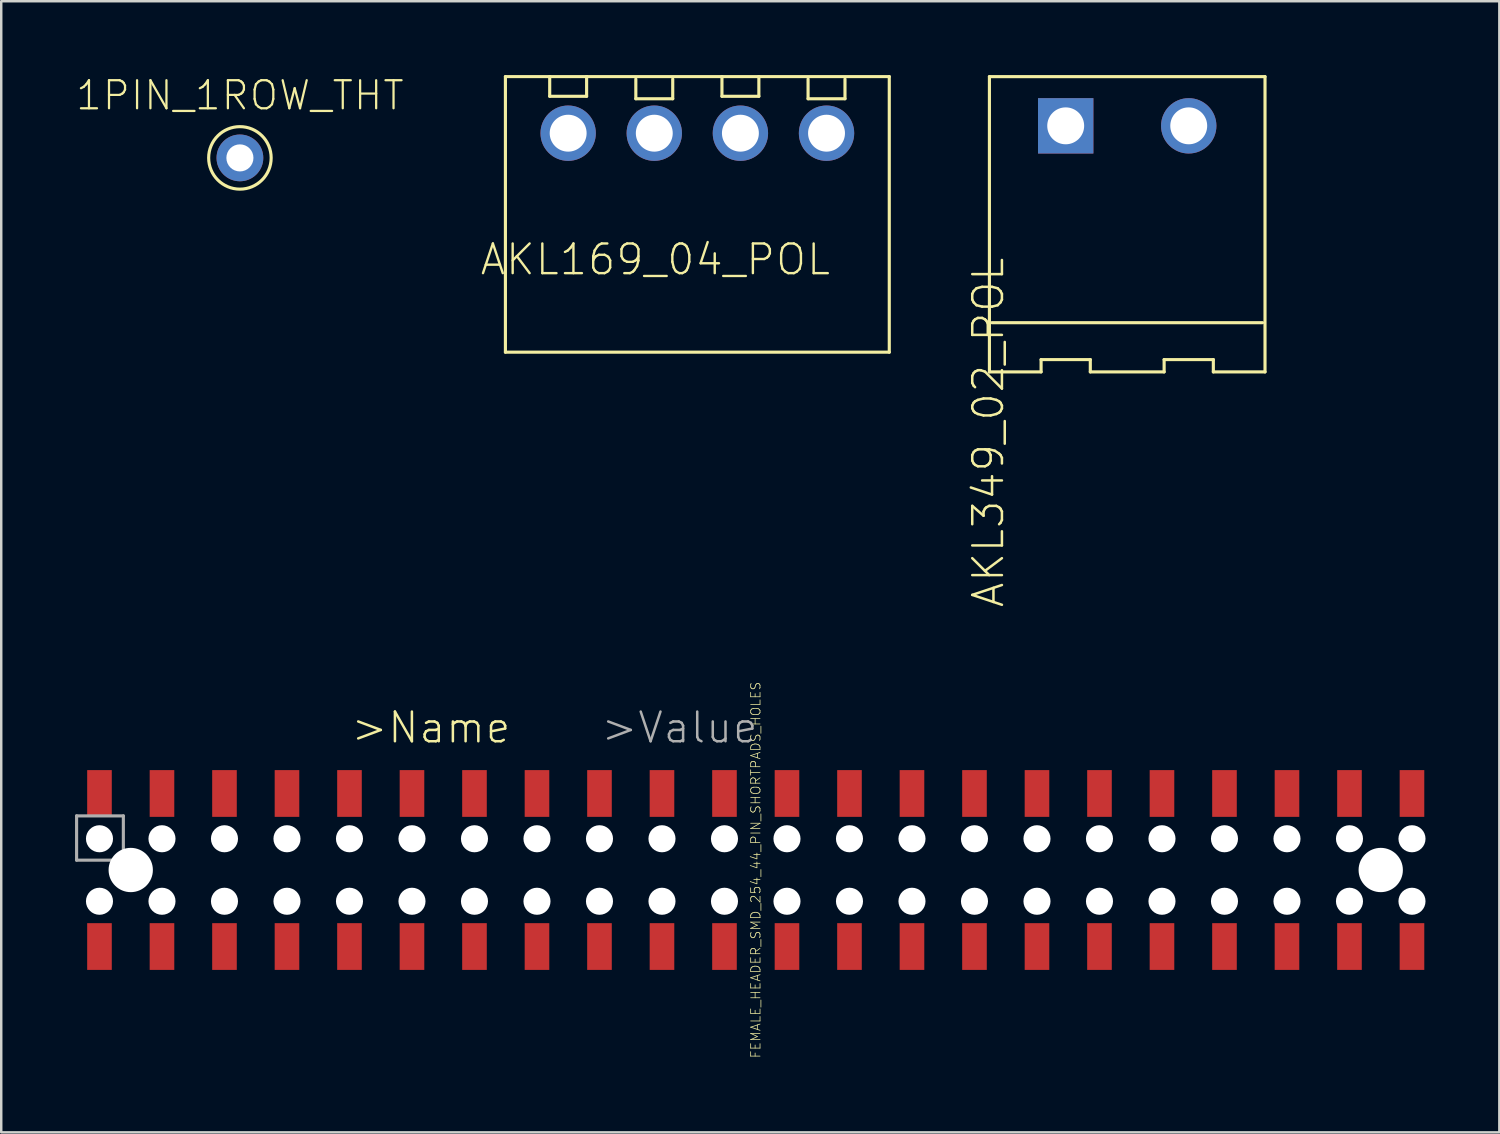
<source format=kicad_pcb>
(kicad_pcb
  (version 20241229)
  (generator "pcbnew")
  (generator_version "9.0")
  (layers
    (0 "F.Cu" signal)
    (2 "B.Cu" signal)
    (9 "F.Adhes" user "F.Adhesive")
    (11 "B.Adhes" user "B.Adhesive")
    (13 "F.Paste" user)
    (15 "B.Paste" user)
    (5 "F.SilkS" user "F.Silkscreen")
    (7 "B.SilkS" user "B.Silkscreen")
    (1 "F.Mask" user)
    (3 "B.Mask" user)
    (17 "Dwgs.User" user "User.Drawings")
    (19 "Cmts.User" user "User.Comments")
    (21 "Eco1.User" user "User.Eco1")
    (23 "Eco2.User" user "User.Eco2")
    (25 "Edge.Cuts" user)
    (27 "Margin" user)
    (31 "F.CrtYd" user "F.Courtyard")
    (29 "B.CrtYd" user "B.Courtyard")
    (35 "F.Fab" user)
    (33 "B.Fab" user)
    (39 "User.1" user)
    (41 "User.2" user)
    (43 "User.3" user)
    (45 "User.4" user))
  (footprint "1PIN_1ROW_THT"
    (layer "F.Cu")
    (at 6.7 3.367)
    (property "Reference" "1PIN_1ROW_THT" (at 0 -2.54 0) (layer "F.SilkS") (effects (font (size 1.14 1.14) (thickness 0.091))))
    (attr through_hole)
    (fp_circle (center 0 0) (end 1.27 0) (stroke (width 0.127) (type solid)) (fill no) (layer "F.SilkS"))
    (pad "1" thru_hole circle (at 0 0 180) (size 1.9 1.9) (drill 1.1) (layers "*.Cu" "*.Mask")))
  (footprint "AKL169_04_POL"
    (layer "F.Cu")
    (at 25.29 5.663)
    (property "Reference" "AKL169_04_POL" (at -8.89 2.54 0) (layer "F.SilkS") (effects (font (size 1.206 1.206) (thickness 0.097)) (justify left bottom)))
    (attr through_hole)
    (fp_line (start -7.8 -5.6) (end -7.8 5.6) (stroke (width 0.127) (type solid)) (layer "F.SilkS"))
    (fp_line (start -7.8 -5.6) (end -6 -5.6) (stroke (width 0.127) (type solid)) (layer "F.SilkS"))
    (fp_line (start -7.8 5.6) (end 7.8 5.6) (stroke (width 0.127) (type solid)) (layer "F.SilkS"))
    (fp_line (start -6 -5.6) (end -6 -4.8) (stroke (width 0.127) (type solid)) (layer "F.SilkS"))
    (fp_line (start -6 -5.6) (end -4.5 -5.6) (stroke (width 0.127) (type solid)) (layer "F.SilkS"))
    (fp_line (start -6 -4.8) (end -4.5 -4.8) (stroke (width 0.127) (type solid)) (layer "F.SilkS"))
    (fp_line (start -4.5 -5.6) (end 1 -5.6) (stroke (width 0.127) (type solid)) (layer "F.SilkS"))
    (fp_line (start -4.5 -4.8) (end -4.5 -5.6) (stroke (width 0.127) (type solid)) (layer "F.SilkS"))
    (fp_line (start -2.5 -5.5) (end -2.5 -4.7) (stroke (width 0.127) (type solid)) (layer "F.SilkS"))
    (fp_line (start -2.5 -4.7) (end -1 -4.7) (stroke (width 0.127) (type solid)) (layer "F.SilkS"))
    (fp_line (start -1 -4.7) (end -1 -5.5) (stroke (width 0.127) (type solid)) (layer "F.SilkS"))
    (fp_line (start 1 -5.6) (end 1 -4.8) (stroke (width 0.127) (type solid)) (layer "F.SilkS"))
    (fp_line (start 1 -5.6) (end 2.5 -5.6) (stroke (width 0.127) (type solid)) (layer "F.SilkS"))
    (fp_line (start 1 -4.8) (end 2.5 -4.8) (stroke (width 0.127) (type solid)) (layer "F.SilkS"))
    (fp_line (start 2.5 -5.6) (end 7.8 -5.6) (stroke (width 0.127) (type solid)) (layer "F.SilkS"))
    (fp_line (start 2.5 -4.8) (end 2.5 -5.6) (stroke (width 0.127) (type solid)) (layer "F.SilkS"))
    (fp_line (start 4.5 -5.5) (end 4.5 -4.7) (stroke (width 0.127) (type solid)) (layer "F.SilkS"))
    (fp_line (start 4.5 -4.7) (end 6 -4.7) (stroke (width 0.127) (type solid)) (layer "F.SilkS"))
    (fp_line (start 6 -4.7) (end 6 -5.5) (stroke (width 0.127) (type solid)) (layer "F.SilkS"))
    (fp_line (start 7.8 -5.6) (end 7.8 5.6) (stroke (width 0.127) (type solid)) (layer "F.SilkS"))
    (pad "1" thru_hole circle (at -5.25 -3.3) (size 2.25 2.25) (drill 1.5) (layers "*.Cu" "*.Mask"))
    (pad "2" thru_hole circle (at -1.75 -3.3) (size 2.25 2.25) (drill 1.5) (layers "*.Cu" "*.Mask"))
    (pad "3" thru_hole circle (at 1.75 -3.3) (size 2.25 2.25) (drill 1.5) (layers "*.Cu" "*.Mask"))
    (pad "4" thru_hole circle (at 5.25 -3.3) (size 2.25 2.25) (drill 1.5) (layers "*.Cu" "*.Mask")))
  (footprint "AKL349_02_POL"
    (layer "F.Cu")
    (at 42.76 6.064)
    (property "Reference" "AKL349_02_POL" (at -6.35 1.27 90) (layer "F.SilkS") (effects (font (size 1.206 1.206) (thickness 0.102)) (justify right top)))
    (attr through_hole)
    (fp_line (start -5.6 -6) (end -5.6 6) (stroke (width 0.127) (type solid)) (layer "F.SilkS"))
    (fp_line (start -5.6 -6) (end 5.6 -6) (stroke (width 0.127) (type solid)) (layer "F.SilkS"))
    (fp_line (start -5.6 6) (end -3.5 6) (stroke (width 0.127) (type solid)) (layer "F.SilkS"))
    (fp_line (start -5.5 4) (end 5.5 4) (stroke (width 0.127) (type solid)) (layer "F.SilkS"))
    (fp_line (start -3.5 5.5) (end -1.5 5.5) (stroke (width 0.127) (type solid)) (layer "F.SilkS"))
    (fp_line (start -3.5 6) (end -3.5 5.5) (stroke (width 0.127) (type solid)) (layer "F.SilkS"))
    (fp_line (start -1.5 5.5) (end -1.5 6) (stroke (width 0.127) (type solid)) (layer "F.SilkS"))
    (fp_line (start -1.5 6) (end 1.5 6) (stroke (width 0.127) (type solid)) (layer "F.SilkS"))
    (fp_line (start 1.5 5.5) (end 3.5 5.5) (stroke (width 0.127) (type solid)) (layer "F.SilkS"))
    (fp_line (start 1.5 6) (end 1.5 5.5) (stroke (width 0.127) (type solid)) (layer "F.SilkS"))
    (fp_line (start 3.5 5.5) (end 3.5 6) (stroke (width 0.127) (type solid)) (layer "F.SilkS"))
    (fp_line (start 3.5 6) (end 5.6 6) (stroke (width 0.127) (type solid)) (layer "F.SilkS"))
    (fp_line (start 5.6 -6) (end 5.6 6) (stroke (width 0.127) (type solid)) (layer "F.SilkS"))
    (pad "1" thru_hole rect (at -2.5 -4) (size 2.25 2.25) (drill 1.5) (layers "*.Cu" "*.Mask"))
    (pad "2" thru_hole circle (at 2.5 -4) (size 2.25 2.25) (drill 1.5) (layers "*.Cu" "*.Mask")))
  (footprint "FEMALE_HEADER_SMD_254_44_PIN_SHORTPADS_HOLES"
    (layer "F.Cu")
    (at 27.663 32.307)
    (property "Reference" "FEMALE_HEADER_SMD_254_44_PIN_SHORTPADS_HOLES" (at 0 0 270) (layer "F.SilkS") (effects (font (size 0.38 0.38) (thickness 0.03))))
    (attr through_hole)
    (fp_line (start -27.6 -2.2) (end -27.6 -0.4) (stroke (width 0.127) (type solid)) (layer "F.Fab"))
    (fp_line (start -27.6 -0.4) (end -25.7 -0.4) (stroke (width 0.127) (type solid)) (layer "F.Fab"))
    (fp_line (start -25.7 -2.2) (end -27.6 -2.2) (stroke (width 0.127) (type solid)) (layer "F.Fab"))
    (fp_line (start -25.7 -0.4) (end -25.7 -2.2) (stroke (width 0.127) (type solid)) (layer "F.Fab"))
    (fp_text user ">Name" (at -16.51 -5.08 0) (layer "F.SilkS") (effects (font (size 1.206 1.206) (thickness 0.102)) (justify left bottom)))
    (fp_text user ">Value" (at -6.35 -5.08 0) (layer "F.Fab") (effects (font (size 1.206 1.206) (thickness 0.102)) (justify left bottom)))
    (pad "" np_thru_hole circle (at -26.67 -1.27) (size 1.1 1.1) (drill 1.1) (layers "*.Cu" "*.Mask"))
    (pad "" np_thru_hole circle (at -26.67 1.27) (size 1.1 1.1) (drill 1.1) (layers "*.Cu" "*.Mask"))
    (pad "" np_thru_hole circle (at -25.4 0) (size 1.8 1.8) (drill 1.8) (layers "*.Cu" "*.Mask"))
    (pad "" np_thru_hole circle (at -24.13 -1.27) (size 1.1 1.1) (drill 1.1) (layers "*.Cu" "*.Mask"))
    (pad "" np_thru_hole circle (at -24.13 1.27) (size 1.1 1.1) (drill 1.1) (layers "*.Cu" "*.Mask"))
    (pad "" np_thru_hole circle (at -21.59 -1.27) (size 1.1 1.1) (drill 1.1) (layers "*.Cu" "*.Mask"))
    (pad "" np_thru_hole circle (at -21.59 1.27) (size 1.1 1.1) (drill 1.1) (layers "*.Cu" "*.Mask"))
    (pad "" np_thru_hole circle (at -19.05 -1.27) (size 1.1 1.1) (drill 1.1) (layers "*.Cu" "*.Mask"))
    (pad "" np_thru_hole circle (at -19.05 1.27) (size 1.1 1.1) (drill 1.1) (layers "*.Cu" "*.Mask"))
    (pad "" np_thru_hole circle (at -16.51 -1.27) (size 1.1 1.1) (drill 1.1) (layers "*.Cu" "*.Mask"))
    (pad "" np_thru_hole circle (at -16.51 1.27) (size 1.1 1.1) (drill 1.1) (layers "*.Cu" "*.Mask"))
    (pad "" np_thru_hole circle (at -13.97 -1.27) (size 1.1 1.1) (drill 1.1) (layers "*.Cu" "*.Mask"))
    (pad "" np_thru_hole circle (at -13.97 1.27) (size 1.1 1.1) (drill 1.1) (layers "*.Cu" "*.Mask"))
    (pad "" np_thru_hole circle (at -11.43 -1.27) (size 1.1 1.1) (drill 1.1) (layers "*.Cu" "*.Mask"))
    (pad "" np_thru_hole circle (at -11.43 1.27) (size 1.1 1.1) (drill 1.1) (layers "*.Cu" "*.Mask"))
    (pad "" np_thru_hole circle (at -8.89 -1.27) (size 1.1 1.1) (drill 1.1) (layers "*.Cu" "*.Mask"))
    (pad "" np_thru_hole circle (at -8.89 1.27) (size 1.1 1.1) (drill 1.1) (layers "*.Cu" "*.Mask"))
    (pad "" np_thru_hole circle (at -6.35 -1.27) (size 1.1 1.1) (drill 1.1) (layers "*.Cu" "*.Mask"))
    (pad "" np_thru_hole circle (at -6.35 1.27) (size 1.1 1.1) (drill 1.1) (layers "*.Cu" "*.Mask"))
    (pad "" np_thru_hole circle (at -3.81 -1.27) (size 1.1 1.1) (drill 1.1) (layers "*.Cu" "*.Mask"))
    (pad "" np_thru_hole circle (at -3.81 1.27) (size 1.1 1.1) (drill 1.1) (layers "*.Cu" "*.Mask"))
    (pad "" np_thru_hole circle (at -1.27 -1.27) (size 1.1 1.1) (drill 1.1) (layers "*.Cu" "*.Mask"))
    (pad "" np_thru_hole circle (at -1.27 1.27) (size 1.1 1.1) (drill 1.1) (layers "*.Cu" "*.Mask"))
    (pad "" np_thru_hole circle (at 1.27 -1.27) (size 1.1 1.1) (drill 1.1) (layers "*.Cu" "*.Mask"))
    (pad "" np_thru_hole circle (at 1.27 1.27) (size 1.1 1.1) (drill 1.1) (layers "*.Cu" "*.Mask"))
    (pad "" np_thru_hole circle (at 3.81 -1.27) (size 1.1 1.1) (drill 1.1) (layers "*.Cu" "*.Mask"))
    (pad "" np_thru_hole circle (at 3.81 1.27) (size 1.1 1.1) (drill 1.1) (layers "*.Cu" "*.Mask"))
    (pad "" np_thru_hole circle (at 6.35 -1.27) (size 1.1 1.1) (drill 1.1) (layers "*.Cu" "*.Mask"))
    (pad "" np_thru_hole circle (at 6.35 1.27) (size 1.1 1.1) (drill 1.1) (layers "*.Cu" "*.Mask"))
    (pad "" np_thru_hole circle (at 8.89 -1.27) (size 1.1 1.1) (drill 1.1) (layers "*.Cu" "*.Mask"))
    (pad "" np_thru_hole circle (at 8.89 1.27) (size 1.1 1.1) (drill 1.1) (layers "*.Cu" "*.Mask"))
    (pad "" np_thru_hole circle (at 11.43 -1.27) (size 1.1 1.1) (drill 1.1) (layers "*.Cu" "*.Mask"))
    (pad "" np_thru_hole circle (at 11.43 1.27) (size 1.1 1.1) (drill 1.1) (layers "*.Cu" "*.Mask"))
    (pad "" np_thru_hole circle (at 13.97 -1.27) (size 1.1 1.1) (drill 1.1) (layers "*.Cu" "*.Mask"))
    (pad "" np_thru_hole circle (at 13.97 1.27) (size 1.1 1.1) (drill 1.1) (layers "*.Cu" "*.Mask"))
    (pad "" np_thru_hole circle (at 16.51 -1.27) (size 1.1 1.1) (drill 1.1) (layers "*.Cu" "*.Mask"))
    (pad "" np_thru_hole circle (at 16.51 1.27) (size 1.1 1.1) (drill 1.1) (layers "*.Cu" "*.Mask"))
    (pad "" np_thru_hole circle (at 19.05 -1.27) (size 1.1 1.1) (drill 1.1) (layers "*.Cu" "*.Mask"))
    (pad "" np_thru_hole circle (at 19.05 1.27) (size 1.1 1.1) (drill 1.1) (layers "*.Cu" "*.Mask"))
    (pad "" np_thru_hole circle (at 21.59 -1.27) (size 1.1 1.1) (drill 1.1) (layers "*.Cu" "*.Mask"))
    (pad "" np_thru_hole circle (at 21.59 1.27) (size 1.1 1.1) (drill 1.1) (layers "*.Cu" "*.Mask"))
    (pad "" np_thru_hole circle (at 24.13 -1.27) (size 1.1 1.1) (drill 1.1) (layers "*.Cu" "*.Mask"))
    (pad "" np_thru_hole circle (at 24.13 1.27) (size 1.1 1.1) (drill 1.1) (layers "*.Cu" "*.Mask"))
    (pad "" np_thru_hole circle (at 25.4 0) (size 1.8 1.8) (drill 1.8) (layers "*.Cu" "*.Mask"))
    (pad "" np_thru_hole circle (at 26.67 -1.27) (size 1.1 1.1) (drill 1.1) (layers "*.Cu" "*.Mask"))
    (pad "" np_thru_hole circle (at 26.67 1.27) (size 1.1 1.1) (drill 1.1) (layers "*.Cu" "*.Mask"))
    (pad "1" smd rect (at -26.67 -3.11) (size 1 1.9) (layers "F.Cu" "F.Mask" "F.Paste"))
    (pad "2" smd rect (at -26.67 3.11 180) (size 1 1.9) (layers "F.Cu" "F.Mask" "F.Paste"))
    (pad "3" smd rect (at -24.13 -3.11) (size 1 1.9) (layers "F.Cu" "F.Mask" "F.Paste"))
    (pad "4" smd rect (at -24.13 3.11 180) (size 1 1.9) (layers "F.Cu" "F.Mask" "F.Paste"))
    (pad "5" smd rect (at -21.59 -3.11) (size 1 1.9) (layers "F.Cu" "F.Mask" "F.Paste"))
    (pad "6" smd rect (at -21.59 3.11 180) (size 1 1.9) (layers "F.Cu" "F.Mask" "F.Paste"))
    (pad "7" smd rect (at -19.05 -3.11) (size 1 1.9) (layers "F.Cu" "F.Mask" "F.Paste"))
    (pad "8" smd rect (at -19.05 3.11 180) (size 1 1.9) (layers "F.Cu" "F.Mask" "F.Paste"))
    (pad "9" smd rect (at -16.51 -3.11) (size 1 1.9) (layers "F.Cu" "F.Mask" "F.Paste"))
    (pad "10" smd rect (at -16.51 3.11 180) (size 1 1.9) (layers "F.Cu" "F.Mask" "F.Paste"))
    (pad "11" smd rect (at -13.97 -3.11) (size 1 1.9) (layers "F.Cu" "F.Mask" "F.Paste"))
    (pad "12" smd rect (at -13.97 3.11 180) (size 1 1.9) (layers "F.Cu" "F.Mask" "F.Paste"))
    (pad "13" smd rect (at -11.43 -3.11) (size 1 1.9) (layers "F.Cu" "F.Mask" "F.Paste"))
    (pad "14" smd rect (at -11.43 3.11 180) (size 1 1.9) (layers "F.Cu" "F.Mask" "F.Paste"))
    (pad "15" smd rect (at -8.89 -3.11) (size 1 1.9) (layers "F.Cu" "F.Mask" "F.Paste"))
    (pad "16" smd rect (at -8.89 3.11 180) (size 1 1.9) (layers "F.Cu" "F.Mask" "F.Paste"))
    (pad "17" smd rect (at -6.35 -3.11) (size 1 1.9) (layers "F.Cu" "F.Mask" "F.Paste"))
    (pad "18" smd rect (at -6.35 3.11 180) (size 1 1.9) (layers "F.Cu" "F.Mask" "F.Paste"))
    (pad "19" smd rect (at -3.81 -3.11) (size 1 1.9) (layers "F.Cu" "F.Mask" "F.Paste"))
    (pad "20" smd rect (at -3.81 3.11 180) (size 1 1.9) (layers "F.Cu" "F.Mask" "F.Paste"))
    (pad "21" smd rect (at -1.27 -3.11) (size 1 1.9) (layers "F.Cu" "F.Mask" "F.Paste"))
    (pad "22" smd rect (at -1.27 3.11 180) (size 1 1.9) (layers "F.Cu" "F.Mask" "F.Paste"))
    (pad "23" smd rect (at 1.27 -3.11) (size 1 1.9) (layers "F.Cu" "F.Mask" "F.Paste"))
    (pad "24" smd rect (at 1.27 3.11 180) (size 1 1.9) (layers "F.Cu" "F.Mask" "F.Paste"))
    (pad "25" smd rect (at 3.81 -3.11) (size 1 1.9) (layers "F.Cu" "F.Mask" "F.Paste"))
    (pad "26" smd rect (at 3.81 3.11 180) (size 1 1.9) (layers "F.Cu" "F.Mask" "F.Paste"))
    (pad "27" smd rect (at 6.35 -3.11) (size 1 1.9) (layers "F.Cu" "F.Mask" "F.Paste"))
    (pad "28" smd rect (at 6.35 3.11 180) (size 1 1.9) (layers "F.Cu" "F.Mask" "F.Paste"))
    (pad "29" smd rect (at 8.89 -3.11) (size 1 1.9) (layers "F.Cu" "F.Mask" "F.Paste"))
    (pad "30" smd rect (at 8.89 3.11 180) (size 1 1.9) (layers "F.Cu" "F.Mask" "F.Paste"))
    (pad "31" smd rect (at 11.43 -3.11) (size 1 1.9) (layers "F.Cu" "F.Mask" "F.Paste"))
    (pad "32" smd rect (at 11.43 3.11 180) (size 1 1.9) (layers "F.Cu" "F.Mask" "F.Paste"))
    (pad "33" smd rect (at 13.97 -3.11) (size 1 1.9) (layers "F.Cu" "F.Mask" "F.Paste"))
    (pad "34" smd rect (at 13.97 3.11 180) (size 1 1.9) (layers "F.Cu" "F.Mask" "F.Paste"))
    (pad "35" smd rect (at 16.51 -3.11) (size 1 1.9) (layers "F.Cu" "F.Mask" "F.Paste"))
    (pad "36" smd rect (at 16.51 3.11 180) (size 1 1.9) (layers "F.Cu" "F.Mask" "F.Paste"))
    (pad "37" smd rect (at 19.05 -3.11) (size 1 1.9) (layers "F.Cu" "F.Mask" "F.Paste"))
    (pad "38" smd rect (at 19.05 3.11 180) (size 1 1.9) (layers "F.Cu" "F.Mask" "F.Paste"))
    (pad "39" smd rect (at 21.59 -3.11) (size 1 1.9) (layers "F.Cu" "F.Mask" "F.Paste"))
    (pad "40" smd rect (at 21.59 3.11 180) (size 1 1.9) (layers "F.Cu" "F.Mask" "F.Paste"))
    (pad "41" smd rect (at 24.13 -3.11) (size 1 1.9) (layers "F.Cu" "F.Mask" "F.Paste"))
    (pad "42" smd rect (at 24.13 3.11 180) (size 1 1.9) (layers "F.Cu" "F.Mask" "F.Paste"))
    (pad "43" smd rect (at 26.67 -3.11) (size 1 1.9) (layers "F.Cu" "F.Mask" "F.Paste"))
    (pad "44" smd rect (at 26.67 3.11 180) (size 1 1.9) (layers "F.Cu" "F.Mask" "F.Paste")))
  (gr_rect
    (start -3 -3)
    (end 57.883 42.969)
    (stroke (width 0.1) (type default))
    (fill no)
    (layer "Edge.Cuts")))
</source>
